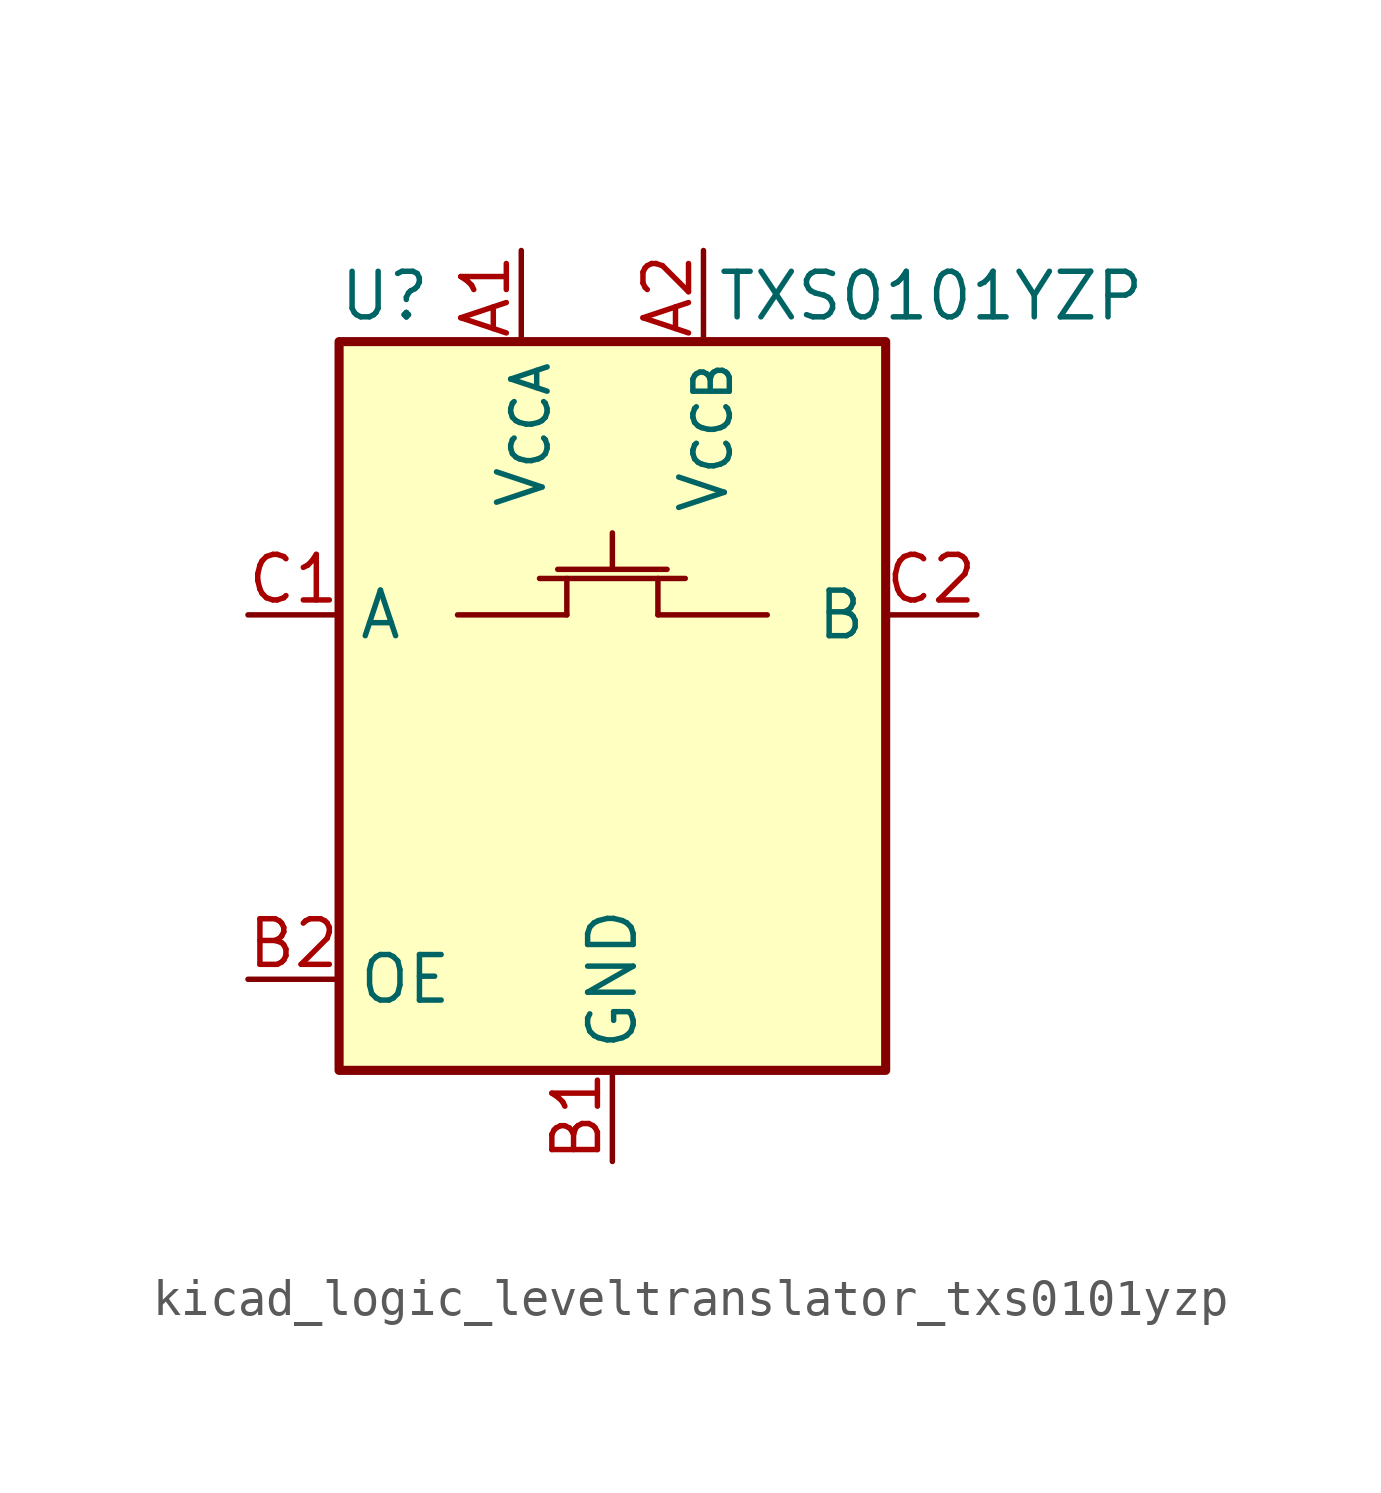
<source format=kicad_sym>
(kicad_symbol_lib
  (version 20220914)
  (generator kicad_symbol_editor)
  (symbol "kicad_logic_leveltranslator_txs0101yzp"
    (property "Reference" "U"
      (at -6.35 11.43 0)
      (effects (font (size 1.27 1.27))))
    (property "Value" "TXS0101YZP"
      (at 8.89 11.43 0)
      (effects (font (size 1.27 1.27))))
    (symbol "kicad_logic_leveltranslator_txs0101yzp_0_1"
      (rectangle (start -7.62 10.16) (end 7.62 -10.16) (stroke (width 0.254) (type default)) (fill (type background))))
    (symbol "kicad_logic_leveltranslator_txs0101yzp_1_1"
      (polyline (pts (xy -4.318 2.54) (xy -1.27 2.54)) (stroke (width 0) (type default)) (fill (type none)))
      (polyline (pts (xy -2.032 3.556) (xy 2.032 3.556)) (stroke (width 0) (type default)) (fill (type none)))
      (polyline (pts (xy -1.524 3.81) (xy 1.524 3.81)) (stroke (width 0) (type default)) (fill (type none)))
      (polyline (pts (xy -1.27 2.54) (xy -1.27 3.556)) (stroke (width 0) (type default)) (fill (type none)))
      (polyline (pts (xy 0 3.81) (xy 0 4.826)) (stroke (width 0) (type default)) (fill (type none)))
      (polyline (pts (xy 1.27 2.54) (xy 1.27 3.556)) (stroke (width 0) (type default)) (fill (type none)))
      (polyline (pts (xy 4.318 2.54) (xy 1.27 2.54)) (stroke (width 0) (type default)) (fill (type none)))
      (pin power_in line (at -2.54 12.7 270) (length 2.54) (name "V_{CCA}" (effects (font (size 1.27 1.27)))) (number "A1" (effects (font (size 1.27 1.27)))))
      (pin power_in line (at 2.54 12.7 270) (length 2.54) (name "V_{CCB}" (effects (font (size 1.27 1.27)))) (number "A2" (effects (font (size 1.27 1.27)))))
      (pin power_in line (at 0 -12.7 90) (length 2.54) (name "GND" (effects (font (size 1.27 1.27)))) (number "B1" (effects (font (size 1.27 1.27)))))
      (pin input line (at -10.16 -7.62 0) (length 2.54) (name "OE" (effects (font (size 1.27 1.27)))) (number "B2" (effects (font (size 1.27 1.27)))))
      (pin bidirectional line (at -10.16 2.54 0) (length 2.54) (name "A" (effects (font (size 1.27 1.27)))) (number "C1" (effects (font (size 1.27 1.27)))))
      (pin bidirectional line (at 10.16 2.54 180) (length 2.54) (name "B" (effects (font (size 1.27 1.27)))) (number "C2" (effects (font (size 1.27 1.27))))))))
</source>
